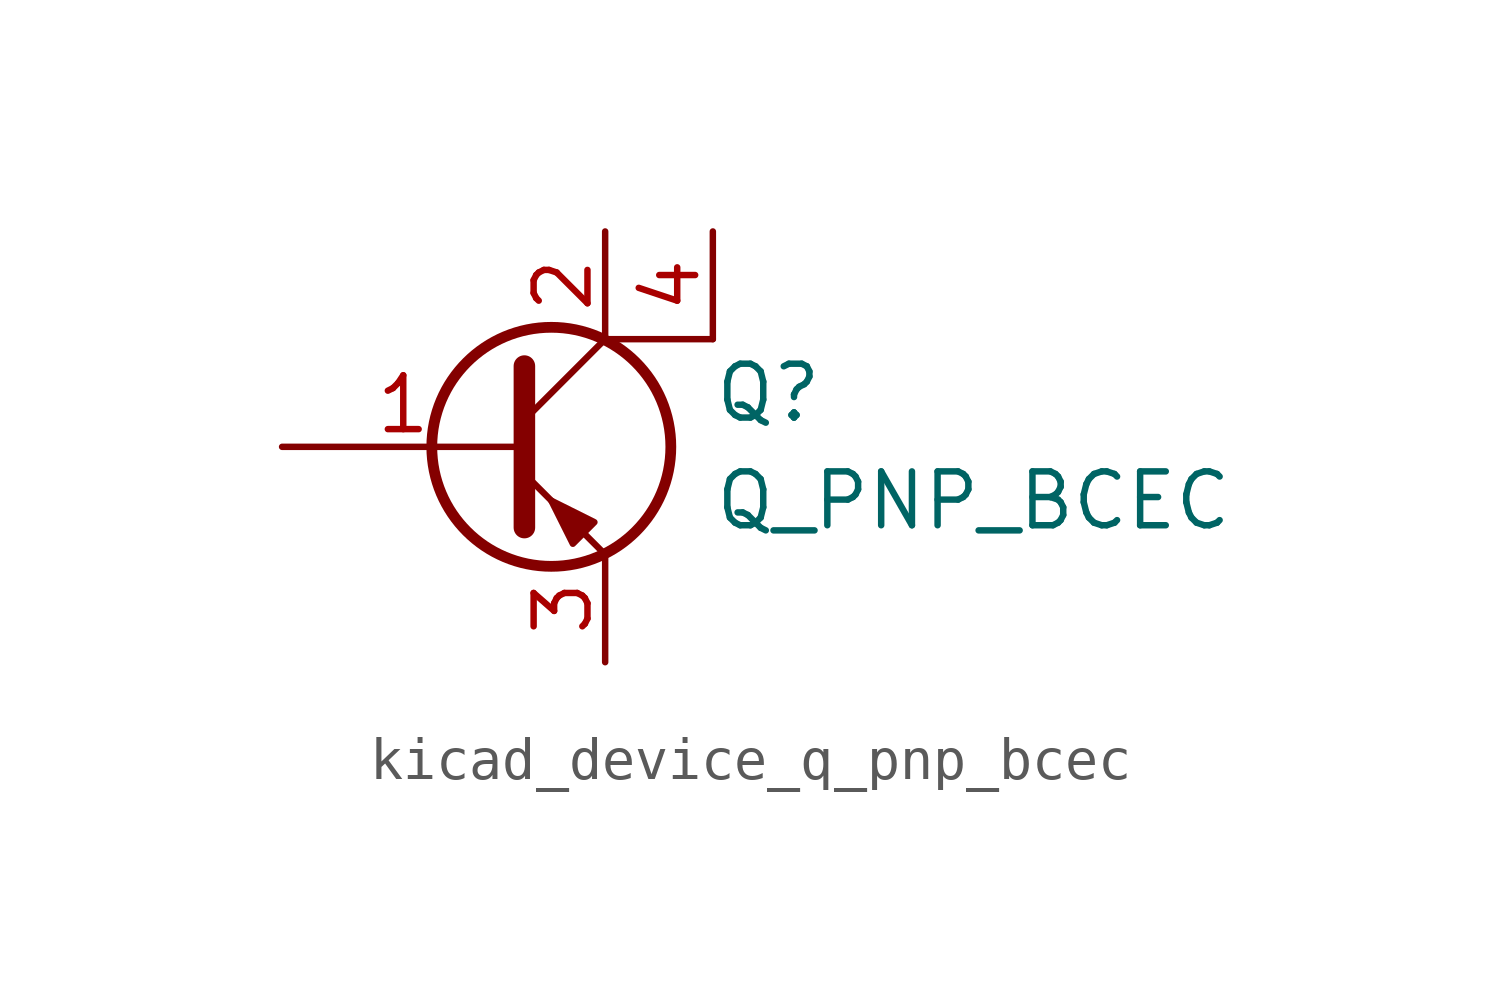
<source format=kicad_sym>
(kicad_symbol_lib
  (version 20220914)
  (generator kicad_symbol_editor)
  (symbol "kicad_device_q_pnp_bcec"
    (pin_names
      (offset 0) hide)
    (property "Reference" "Q"
      (at 5.08 1.27 0)
      (effects (font (size 1.27 1.27)) (justify left)))
    (property "Value" "Q_PNP_BCEC"
      (at 5.08 -1.27 0)
      (effects (font (size 1.27 1.27)) (justify left)))
    (symbol "kicad_device_q_pnp_bcec_0_1"
      (polyline (pts (xy 0.635 0.635) (xy 2.54 2.54)) (stroke (width 0) (type default)) (fill (type none)))
      (polyline (pts (xy 5.08 2.54) (xy 2.54 2.54)) (stroke (width 0) (type default)) (fill (type none)))
      (polyline (pts (xy 0.635 -0.635) (xy 2.54 -2.54) (xy 2.54 -2.54)) (stroke (width 0) (type default)) (fill (type none)))
      (polyline (pts (xy 0.635 1.905) (xy 0.635 -1.905) (xy 0.635 -1.905)) (stroke (width 0.508) (type default)) (fill (type none)))
      (polyline (pts (xy 2.286 -1.778) (xy 1.778 -2.286) (xy 1.27 -1.27) (xy 2.286 -1.778) (xy 2.286 -1.778)) (stroke (width 0) (type default)) (fill (type outline)))
      (circle (center 1.27 0) (radius 2.819) (stroke (width 0.254) (type default)) (fill (type none))))
    (symbol "kicad_device_q_pnp_bcec_1_1"
      (pin input line (at -5.08 0 0) (length 5.715) (name "B" (effects (font (size 1.27 1.27)))) (number "1" (effects (font (size 1.27 1.27)))))
      (pin passive line (at 2.54 5.08 270) (length 2.54) (name "C" (effects (font (size 1.27 1.27)))) (number "2" (effects (font (size 1.27 1.27)))))
      (pin passive line (at 2.54 -5.08 90) (length 2.54) (name "E" (effects (font (size 1.27 1.27)))) (number "3" (effects (font (size 1.27 1.27)))))
      (pin passive line (at 5.08 5.08 270) (length 2.54) (name "C" (effects (font (size 1.27 1.27)))) (number "4" (effects (font (size 1.27 1.27))))))))
</source>
